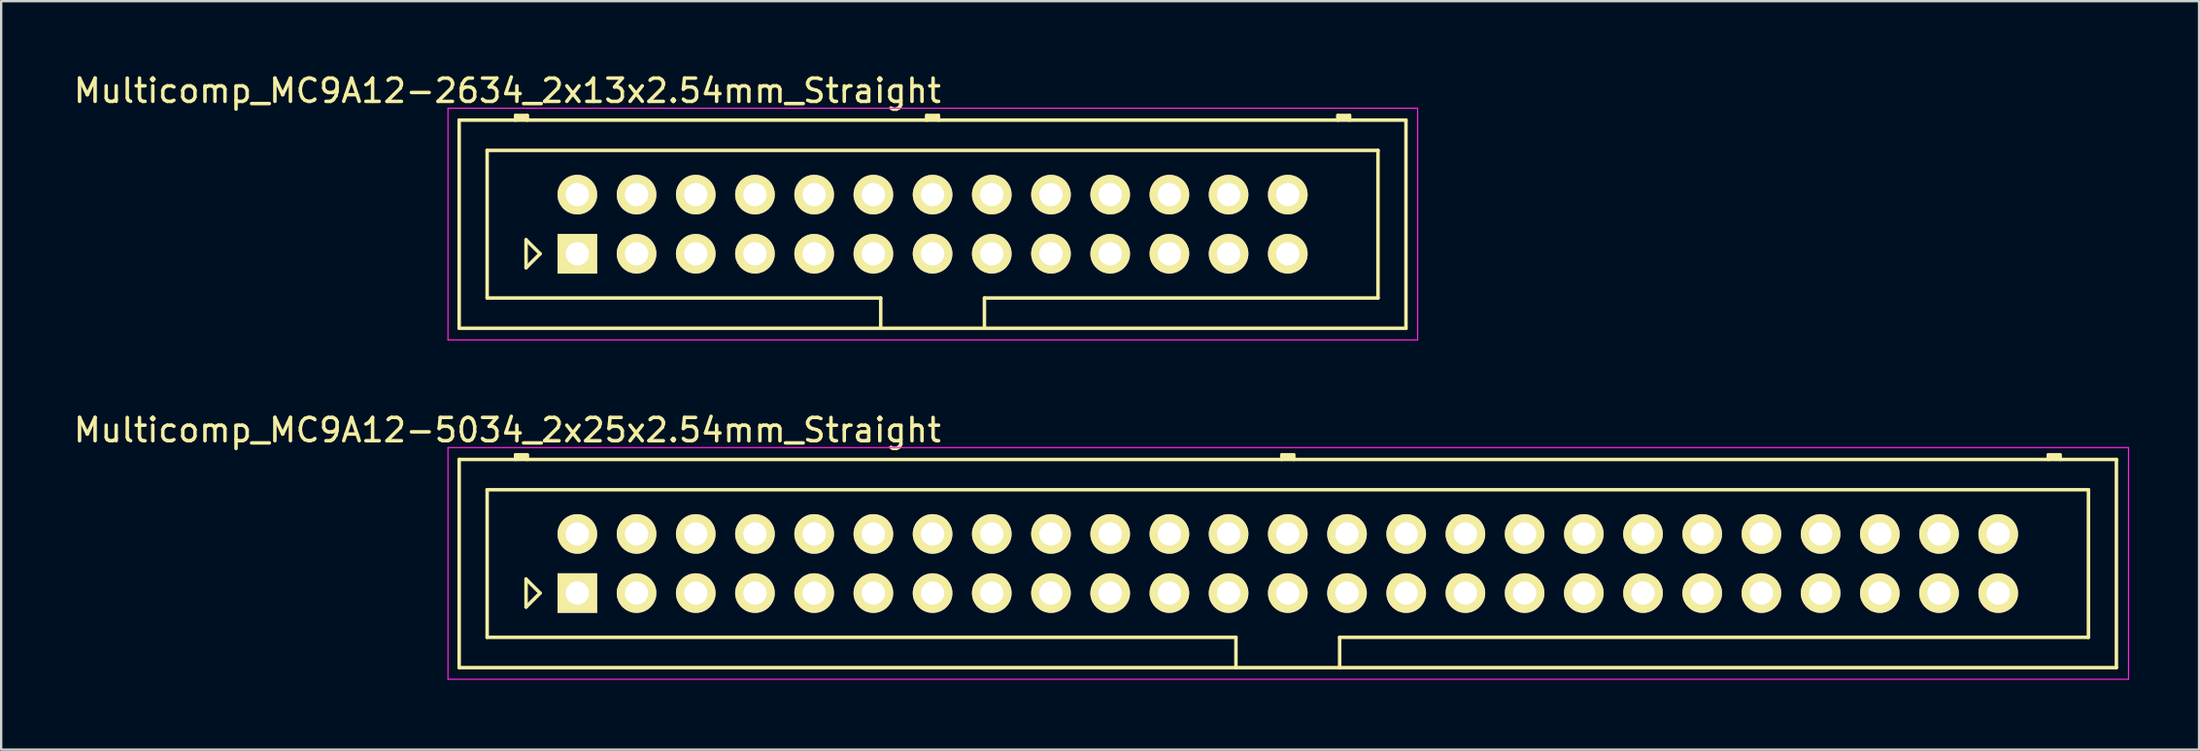
<source format=kicad_pcb>
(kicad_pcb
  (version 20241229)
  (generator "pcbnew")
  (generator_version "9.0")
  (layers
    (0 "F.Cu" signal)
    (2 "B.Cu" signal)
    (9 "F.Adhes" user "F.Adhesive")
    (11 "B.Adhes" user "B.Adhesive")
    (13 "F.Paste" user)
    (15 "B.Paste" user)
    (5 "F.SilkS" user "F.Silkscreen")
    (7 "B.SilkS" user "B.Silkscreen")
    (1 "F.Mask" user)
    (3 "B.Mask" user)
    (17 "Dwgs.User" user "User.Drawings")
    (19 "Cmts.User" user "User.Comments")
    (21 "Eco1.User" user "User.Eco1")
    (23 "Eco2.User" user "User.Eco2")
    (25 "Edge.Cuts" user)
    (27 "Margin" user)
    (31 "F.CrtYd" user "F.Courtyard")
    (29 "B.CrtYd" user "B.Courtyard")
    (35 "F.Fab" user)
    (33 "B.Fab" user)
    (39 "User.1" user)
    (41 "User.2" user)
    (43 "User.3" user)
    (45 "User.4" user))
  (footprint "Multicomp_MC9A12-5034_2x25x2.54mm_Straight"
    (layer "F.Cu")
    (at 21.72 22.422)
    (property "Reference" "Multicomp_MC9A12-5034_2x25x2.54mm_Straight" (at -3 -7 0) (layer "F.SilkS") (effects (font (size 1 1) (thickness 0.15))))
    (attr through_hole)
    (fp_line (start -5.07 -5.74) (end 66.03 -5.74) (stroke (width 0.15) (type solid)) (layer "F.SilkS"))
    (fp_line (start -5.07 3.2) (end -5.07 -5.74) (stroke (width 0.15) (type solid)) (layer "F.SilkS"))
    (fp_line (start -3.87 -4.44) (end 64.83 -4.44) (stroke (width 0.15) (type solid)) (layer "F.SilkS"))
    (fp_line (start -3.87 1.9) (end -3.87 -4.44) (stroke (width 0.15) (type solid)) (layer "F.SilkS"))
    (fp_line (start -2.65 -5.94) (end -2.15 -5.94) (stroke (width 0.15) (type solid)) (layer "F.SilkS"))
    (fp_line (start -2.65 -5.84) (end -2.15 -5.84) (stroke (width 0.15) (type solid)) (layer "F.SilkS"))
    (fp_line (start -2.65 -5.74) (end -2.65 -5.94) (stroke (width 0.15) (type solid)) (layer "F.SilkS"))
    (fp_line (start -2.2 -0.6) (end -1.6 0) (stroke (width 0.15) (type solid)) (layer "F.SilkS"))
    (fp_line (start -2.2 0.6) (end -2.2 -0.6) (stroke (width 0.15) (type solid)) (layer "F.SilkS"))
    (fp_line (start -2.15 -5.94) (end -2.15 -5.74) (stroke (width 0.15) (type solid)) (layer "F.SilkS"))
    (fp_line (start -1.6 0) (end -2.2 0.6) (stroke (width 0.15) (type solid)) (layer "F.SilkS"))
    (fp_line (start 28.255 1.9) (end -3.87 1.9) (stroke (width 0.15) (type solid)) (layer "F.SilkS"))
    (fp_line (start 28.255 3.2) (end 28.255 1.9) (stroke (width 0.15) (type solid)) (layer "F.SilkS"))
    (fp_line (start 30.23 -5.94) (end 30.73 -5.94) (stroke (width 0.15) (type solid)) (layer "F.SilkS"))
    (fp_line (start 30.23 -5.84) (end 30.73 -5.84) (stroke (width 0.15) (type solid)) (layer "F.SilkS"))
    (fp_line (start 30.23 -5.74) (end 30.23 -5.94) (stroke (width 0.15) (type solid)) (layer "F.SilkS"))
    (fp_line (start 30.73 -5.94) (end 30.73 -5.74) (stroke (width 0.15) (type solid)) (layer "F.SilkS"))
    (fp_line (start 32.705 1.9) (end 32.705 3.2) (stroke (width 0.15) (type solid)) (layer "F.SilkS"))
    (fp_line (start 63.11 -5.94) (end 63.61 -5.94) (stroke (width 0.15) (type solid)) (layer "F.SilkS"))
    (fp_line (start 63.11 -5.84) (end 63.61 -5.84) (stroke (width 0.15) (type solid)) (layer "F.SilkS"))
    (fp_line (start 63.11 -5.74) (end 63.11 -5.94) (stroke (width 0.15) (type solid)) (layer "F.SilkS"))
    (fp_line (start 63.61 -5.94) (end 63.61 -5.74) (stroke (width 0.15) (type solid)) (layer "F.SilkS"))
    (fp_line (start 64.83 -4.44) (end 64.83 1.9) (stroke (width 0.15) (type solid)) (layer "F.SilkS"))
    (fp_line (start 64.83 1.9) (end 32.705 1.9) (stroke (width 0.15) (type solid)) (layer "F.SilkS"))
    (fp_line (start 66.03 -5.74) (end 66.03 3.2) (stroke (width 0.15) (type solid)) (layer "F.SilkS"))
    (fp_line (start 66.03 3.2) (end -5.07 3.2) (stroke (width 0.15) (type solid)) (layer "F.SilkS"))
    (fp_line (start -5.55 -6.25) (end 66.55 -6.25) (stroke (width 0.05) (type solid)) (layer "F.CrtYd"))
    (fp_line (start -5.55 3.7) (end -5.55 -6.25) (stroke (width 0.05) (type solid)) (layer "F.CrtYd"))
    (fp_line (start 66.55 -6.25) (end 66.55 3.7) (stroke (width 0.05) (type solid)) (layer "F.CrtYd"))
    (fp_line (start 66.55 3.7) (end -5.55 3.7) (stroke (width 0.05) (type solid)) (layer "F.CrtYd"))
    (pad "1" thru_hole rect (at 0 0) (size 1.7 1.7) (drill 1) (layers "*.Cu" "*.Mask" "F.SilkS"))
    (pad "2" thru_hole circle (at 0 -2.54) (size 1.7 1.7) (drill 1) (layers "*.Cu" "*.Mask" "F.SilkS"))
    (pad "3" thru_hole circle (at 2.54 0) (size 1.7 1.7) (drill 1) (layers "*.Cu" "*.Mask" "F.SilkS"))
    (pad "4" thru_hole circle (at 2.54 -2.54) (size 1.7 1.7) (drill 1) (layers "*.Cu" "*.Mask" "F.SilkS"))
    (pad "5" thru_hole circle (at 5.08 0) (size 1.7 1.7) (drill 1) (layers "*.Cu" "*.Mask" "F.SilkS"))
    (pad "6" thru_hole circle (at 5.08 -2.54) (size 1.7 1.7) (drill 1) (layers "*.Cu" "*.Mask" "F.SilkS"))
    (pad "7" thru_hole circle (at 7.62 0) (size 1.7 1.7) (drill 1) (layers "*.Cu" "*.Mask" "F.SilkS"))
    (pad "8" thru_hole circle (at 7.62 -2.54) (size 1.7 1.7) (drill 1) (layers "*.Cu" "*.Mask" "F.SilkS"))
    (pad "9" thru_hole circle (at 10.16 0) (size 1.7 1.7) (drill 1) (layers "*.Cu" "*.Mask" "F.SilkS"))
    (pad "10" thru_hole circle (at 10.16 -2.54) (size 1.7 1.7) (drill 1) (layers "*.Cu" "*.Mask" "F.SilkS"))
    (pad "11" thru_hole circle (at 12.7 0) (size 1.7 1.7) (drill 1) (layers "*.Cu" "*.Mask" "F.SilkS"))
    (pad "12" thru_hole circle (at 12.7 -2.54) (size 1.7 1.7) (drill 1) (layers "*.Cu" "*.Mask" "F.SilkS"))
    (pad "13" thru_hole circle (at 15.24 0) (size 1.7 1.7) (drill 1) (layers "*.Cu" "*.Mask" "F.SilkS"))
    (pad "14" thru_hole circle (at 15.24 -2.54) (size 1.7 1.7) (drill 1) (layers "*.Cu" "*.Mask" "F.SilkS"))
    (pad "15" thru_hole circle (at 17.78 0) (size 1.7 1.7) (drill 1) (layers "*.Cu" "*.Mask" "F.SilkS"))
    (pad "16" thru_hole circle (at 17.78 -2.54) (size 1.7 1.7) (drill 1) (layers "*.Cu" "*.Mask" "F.SilkS"))
    (pad "17" thru_hole circle (at 20.32 0) (size 1.7 1.7) (drill 1) (layers "*.Cu" "*.Mask" "F.SilkS"))
    (pad "18" thru_hole circle (at 20.32 -2.54) (size 1.7 1.7) (drill 1) (layers "*.Cu" "*.Mask" "F.SilkS"))
    (pad "19" thru_hole circle (at 22.86 0) (size 1.7 1.7) (drill 1) (layers "*.Cu" "*.Mask" "F.SilkS"))
    (pad "20" thru_hole circle (at 22.86 -2.54) (size 1.7 1.7) (drill 1) (layers "*.Cu" "*.Mask" "F.SilkS"))
    (pad "21" thru_hole circle (at 25.4 0) (size 1.7 1.7) (drill 1) (layers "*.Cu" "*.Mask" "F.SilkS"))
    (pad "22" thru_hole circle (at 25.4 -2.54) (size 1.7 1.7) (drill 1) (layers "*.Cu" "*.Mask" "F.SilkS"))
    (pad "23" thru_hole circle (at 27.94 0) (size 1.7 1.7) (drill 1) (layers "*.Cu" "*.Mask" "F.SilkS"))
    (pad "24" thru_hole circle (at 27.94 -2.54) (size 1.7 1.7) (drill 1) (layers "*.Cu" "*.Mask" "F.SilkS"))
    (pad "25" thru_hole circle (at 30.48 0) (size 1.7 1.7) (drill 1) (layers "*.Cu" "*.Mask" "F.SilkS"))
    (pad "26" thru_hole circle (at 30.48 -2.54) (size 1.7 1.7) (drill 1) (layers "*.Cu" "*.Mask" "F.SilkS"))
    (pad "27" thru_hole circle (at 33.02 0) (size 1.7 1.7) (drill 1) (layers "*.Cu" "*.Mask" "F.SilkS"))
    (pad "28" thru_hole circle (at 33.02 -2.54) (size 1.7 1.7) (drill 1) (layers "*.Cu" "*.Mask" "F.SilkS"))
    (pad "29" thru_hole circle (at 35.56 0) (size 1.7 1.7) (drill 1) (layers "*.Cu" "*.Mask" "F.SilkS"))
    (pad "30" thru_hole circle (at 35.56 -2.54) (size 1.7 1.7) (drill 1) (layers "*.Cu" "*.Mask" "F.SilkS"))
    (pad "31" thru_hole circle (at 38.1 0) (size 1.7 1.7) (drill 1) (layers "*.Cu" "*.Mask" "F.SilkS"))
    (pad "32" thru_hole circle (at 38.1 -2.54) (size 1.7 1.7) (drill 1) (layers "*.Cu" "*.Mask" "F.SilkS"))
    (pad "33" thru_hole circle (at 40.64 0) (size 1.7 1.7) (drill 1) (layers "*.Cu" "*.Mask" "F.SilkS"))
    (pad "34" thru_hole circle (at 40.64 -2.54) (size 1.7 1.7) (drill 1) (layers "*.Cu" "*.Mask" "F.SilkS"))
    (pad "35" thru_hole circle (at 43.18 0) (size 1.7 1.7) (drill 1) (layers "*.Cu" "*.Mask" "F.SilkS"))
    (pad "36" thru_hole circle (at 43.18 -2.54) (size 1.7 1.7) (drill 1) (layers "*.Cu" "*.Mask" "F.SilkS"))
    (pad "37" thru_hole circle (at 45.72 0) (size 1.7 1.7) (drill 1) (layers "*.Cu" "*.Mask" "F.SilkS"))
    (pad "38" thru_hole circle (at 45.72 -2.54) (size 1.7 1.7) (drill 1) (layers "*.Cu" "*.Mask" "F.SilkS"))
    (pad "39" thru_hole circle (at 48.26 0) (size 1.7 1.7) (drill 1) (layers "*.Cu" "*.Mask" "F.SilkS"))
    (pad "40" thru_hole circle (at 48.26 -2.54) (size 1.7 1.7) (drill 1) (layers "*.Cu" "*.Mask" "F.SilkS"))
    (pad "41" thru_hole circle (at 50.8 0) (size 1.7 1.7) (drill 1) (layers "*.Cu" "*.Mask" "F.SilkS"))
    (pad "42" thru_hole circle (at 50.8 -2.54) (size 1.7 1.7) (drill 1) (layers "*.Cu" "*.Mask" "F.SilkS"))
    (pad "43" thru_hole circle (at 53.34 0) (size 1.7 1.7) (drill 1) (layers "*.Cu" "*.Mask" "F.SilkS"))
    (pad "44" thru_hole circle (at 53.34 -2.54) (size 1.7 1.7) (drill 1) (layers "*.Cu" "*.Mask" "F.SilkS"))
    (pad "45" thru_hole circle (at 55.88 0) (size 1.7 1.7) (drill 1) (layers "*.Cu" "*.Mask" "F.SilkS"))
    (pad "46" thru_hole circle (at 55.88 -2.54) (size 1.7 1.7) (drill 1) (layers "*.Cu" "*.Mask" "F.SilkS"))
    (pad "47" thru_hole circle (at 58.42 0) (size 1.7 1.7) (drill 1) (layers "*.Cu" "*.Mask" "F.SilkS"))
    (pad "48" thru_hole circle (at 58.42 -2.54) (size 1.7 1.7) (drill 1) (layers "*.Cu" "*.Mask" "F.SilkS"))
    (pad "49" thru_hole circle (at 60.96 0) (size 1.7 1.7) (drill 1) (layers "*.Cu" "*.Mask" "F.SilkS"))
    (pad "50" thru_hole circle (at 60.96 -2.54) (size 1.7 1.7) (drill 1) (layers "*.Cu" "*.Mask" "F.SilkS")))
  (footprint "Multicomp_MC9A12-2634_2x13x2.54mm_Straight"
    (layer "F.Cu")
    (at 21.72 7.848)
    (property "Reference" "Multicomp_MC9A12-2634_2x13x2.54mm_Straight" (at -3 -7 0) (layer "F.SilkS") (effects (font (size 1 1) (thickness 0.15))))
    (attr through_hole)
    (fp_line (start -5.07 -5.74) (end 35.55 -5.74) (stroke (width 0.15) (type solid)) (layer "F.SilkS"))
    (fp_line (start -5.07 3.2) (end -5.07 -5.74) (stroke (width 0.15) (type solid)) (layer "F.SilkS"))
    (fp_line (start -3.87 -4.44) (end 34.35 -4.44) (stroke (width 0.15) (type solid)) (layer "F.SilkS"))
    (fp_line (start -3.87 1.9) (end -3.87 -4.44) (stroke (width 0.15) (type solid)) (layer "F.SilkS"))
    (fp_line (start -2.65 -5.94) (end -2.15 -5.94) (stroke (width 0.15) (type solid)) (layer "F.SilkS"))
    (fp_line (start -2.65 -5.84) (end -2.15 -5.84) (stroke (width 0.15) (type solid)) (layer "F.SilkS"))
    (fp_line (start -2.65 -5.74) (end -2.65 -5.94) (stroke (width 0.15) (type solid)) (layer "F.SilkS"))
    (fp_line (start -2.2 -0.6) (end -1.6 0) (stroke (width 0.15) (type solid)) (layer "F.SilkS"))
    (fp_line (start -2.2 0.6) (end -2.2 -0.6) (stroke (width 0.15) (type solid)) (layer "F.SilkS"))
    (fp_line (start -2.15 -5.94) (end -2.15 -5.74) (stroke (width 0.15) (type solid)) (layer "F.SilkS"))
    (fp_line (start -1.6 0) (end -2.2 0.6) (stroke (width 0.15) (type solid)) (layer "F.SilkS"))
    (fp_line (start 13.015 1.9) (end -3.87 1.9) (stroke (width 0.15) (type solid)) (layer "F.SilkS"))
    (fp_line (start 13.015 3.2) (end 13.015 1.9) (stroke (width 0.15) (type solid)) (layer "F.SilkS"))
    (fp_line (start 14.99 -5.94) (end 15.49 -5.94) (stroke (width 0.15) (type solid)) (layer "F.SilkS"))
    (fp_line (start 14.99 -5.84) (end 15.49 -5.84) (stroke (width 0.15) (type solid)) (layer "F.SilkS"))
    (fp_line (start 14.99 -5.74) (end 14.99 -5.94) (stroke (width 0.15) (type solid)) (layer "F.SilkS"))
    (fp_line (start 15.49 -5.94) (end 15.49 -5.74) (stroke (width 0.15) (type solid)) (layer "F.SilkS"))
    (fp_line (start 17.465 1.9) (end 17.465 3.2) (stroke (width 0.15) (type solid)) (layer "F.SilkS"))
    (fp_line (start 32.63 -5.94) (end 33.13 -5.94) (stroke (width 0.15) (type solid)) (layer "F.SilkS"))
    (fp_line (start 32.63 -5.84) (end 33.13 -5.84) (stroke (width 0.15) (type solid)) (layer "F.SilkS"))
    (fp_line (start 32.63 -5.74) (end 32.63 -5.94) (stroke (width 0.15) (type solid)) (layer "F.SilkS"))
    (fp_line (start 33.13 -5.94) (end 33.13 -5.74) (stroke (width 0.15) (type solid)) (layer "F.SilkS"))
    (fp_line (start 34.35 -4.44) (end 34.35 1.9) (stroke (width 0.15) (type solid)) (layer "F.SilkS"))
    (fp_line (start 34.35 1.9) (end 17.465 1.9) (stroke (width 0.15) (type solid)) (layer "F.SilkS"))
    (fp_line (start 35.55 -5.74) (end 35.55 3.2) (stroke (width 0.15) (type solid)) (layer "F.SilkS"))
    (fp_line (start 35.55 3.2) (end -5.07 3.2) (stroke (width 0.15) (type solid)) (layer "F.SilkS"))
    (fp_line (start -5.55 -6.25) (end 36.05 -6.25) (stroke (width 0.05) (type solid)) (layer "F.CrtYd"))
    (fp_line (start -5.55 3.7) (end -5.55 -6.25) (stroke (width 0.05) (type solid)) (layer "F.CrtYd"))
    (fp_line (start 36.05 -6.25) (end 36.05 3.7) (stroke (width 0.05) (type solid)) (layer "F.CrtYd"))
    (fp_line (start 36.05 3.7) (end -5.55 3.7) (stroke (width 0.05) (type solid)) (layer "F.CrtYd"))
    (pad "1" thru_hole rect (at 0 0) (size 1.7 1.7) (drill 1) (layers "*.Cu" "*.Mask" "F.SilkS"))
    (pad "2" thru_hole circle (at 0 -2.54) (size 1.7 1.7) (drill 1) (layers "*.Cu" "*.Mask" "F.SilkS"))
    (pad "3" thru_hole circle (at 2.54 0) (size 1.7 1.7) (drill 1) (layers "*.Cu" "*.Mask" "F.SilkS"))
    (pad "4" thru_hole circle (at 2.54 -2.54) (size 1.7 1.7) (drill 1) (layers "*.Cu" "*.Mask" "F.SilkS"))
    (pad "5" thru_hole circle (at 5.08 0) (size 1.7 1.7) (drill 1) (layers "*.Cu" "*.Mask" "F.SilkS"))
    (pad "6" thru_hole circle (at 5.08 -2.54) (size 1.7 1.7) (drill 1) (layers "*.Cu" "*.Mask" "F.SilkS"))
    (pad "7" thru_hole circle (at 7.62 0) (size 1.7 1.7) (drill 1) (layers "*.Cu" "*.Mask" "F.SilkS"))
    (pad "8" thru_hole circle (at 7.62 -2.54) (size 1.7 1.7) (drill 1) (layers "*.Cu" "*.Mask" "F.SilkS"))
    (pad "9" thru_hole circle (at 10.16 0) (size 1.7 1.7) (drill 1) (layers "*.Cu" "*.Mask" "F.SilkS"))
    (pad "10" thru_hole circle (at 10.16 -2.54) (size 1.7 1.7) (drill 1) (layers "*.Cu" "*.Mask" "F.SilkS"))
    (pad "11" thru_hole circle (at 12.7 0) (size 1.7 1.7) (drill 1) (layers "*.Cu" "*.Mask" "F.SilkS"))
    (pad "12" thru_hole circle (at 12.7 -2.54) (size 1.7 1.7) (drill 1) (layers "*.Cu" "*.Mask" "F.SilkS"))
    (pad "13" thru_hole circle (at 15.24 0) (size 1.7 1.7) (drill 1) (layers "*.Cu" "*.Mask" "F.SilkS"))
    (pad "14" thru_hole circle (at 15.24 -2.54) (size 1.7 1.7) (drill 1) (layers "*.Cu" "*.Mask" "F.SilkS"))
    (pad "15" thru_hole circle (at 17.78 0) (size 1.7 1.7) (drill 1) (layers "*.Cu" "*.Mask" "F.SilkS"))
    (pad "16" thru_hole circle (at 17.78 -2.54) (size 1.7 1.7) (drill 1) (layers "*.Cu" "*.Mask" "F.SilkS"))
    (pad "17" thru_hole circle (at 20.32 0) (size 1.7 1.7) (drill 1) (layers "*.Cu" "*.Mask" "F.SilkS"))
    (pad "18" thru_hole circle (at 20.32 -2.54) (size 1.7 1.7) (drill 1) (layers "*.Cu" "*.Mask" "F.SilkS"))
    (pad "19" thru_hole circle (at 22.86 0) (size 1.7 1.7) (drill 1) (layers "*.Cu" "*.Mask" "F.SilkS"))
    (pad "20" thru_hole circle (at 22.86 -2.54) (size 1.7 1.7) (drill 1) (layers "*.Cu" "*.Mask" "F.SilkS"))
    (pad "21" thru_hole circle (at 25.4 0) (size 1.7 1.7) (drill 1) (layers "*.Cu" "*.Mask" "F.SilkS"))
    (pad "22" thru_hole circle (at 25.4 -2.54) (size 1.7 1.7) (drill 1) (layers "*.Cu" "*.Mask" "F.SilkS"))
    (pad "23" thru_hole circle (at 27.94 0) (size 1.7 1.7) (drill 1) (layers "*.Cu" "*.Mask" "F.SilkS"))
    (pad "24" thru_hole circle (at 27.94 -2.54) (size 1.7 1.7) (drill 1) (layers "*.Cu" "*.Mask" "F.SilkS"))
    (pad "25" thru_hole circle (at 30.48 0) (size 1.7 1.7) (drill 1) (layers "*.Cu" "*.Mask" "F.SilkS"))
    (pad "26" thru_hole circle (at 30.48 -2.54) (size 1.7 1.7) (drill 1) (layers "*.Cu" "*.Mask" "F.SilkS")))
  (gr_rect
    (start -3 -3)
    (end 91.295 29.146)
    (stroke (width 0.1) (type default))
    (fill no)
    (layer "Edge.Cuts")))
</source>
